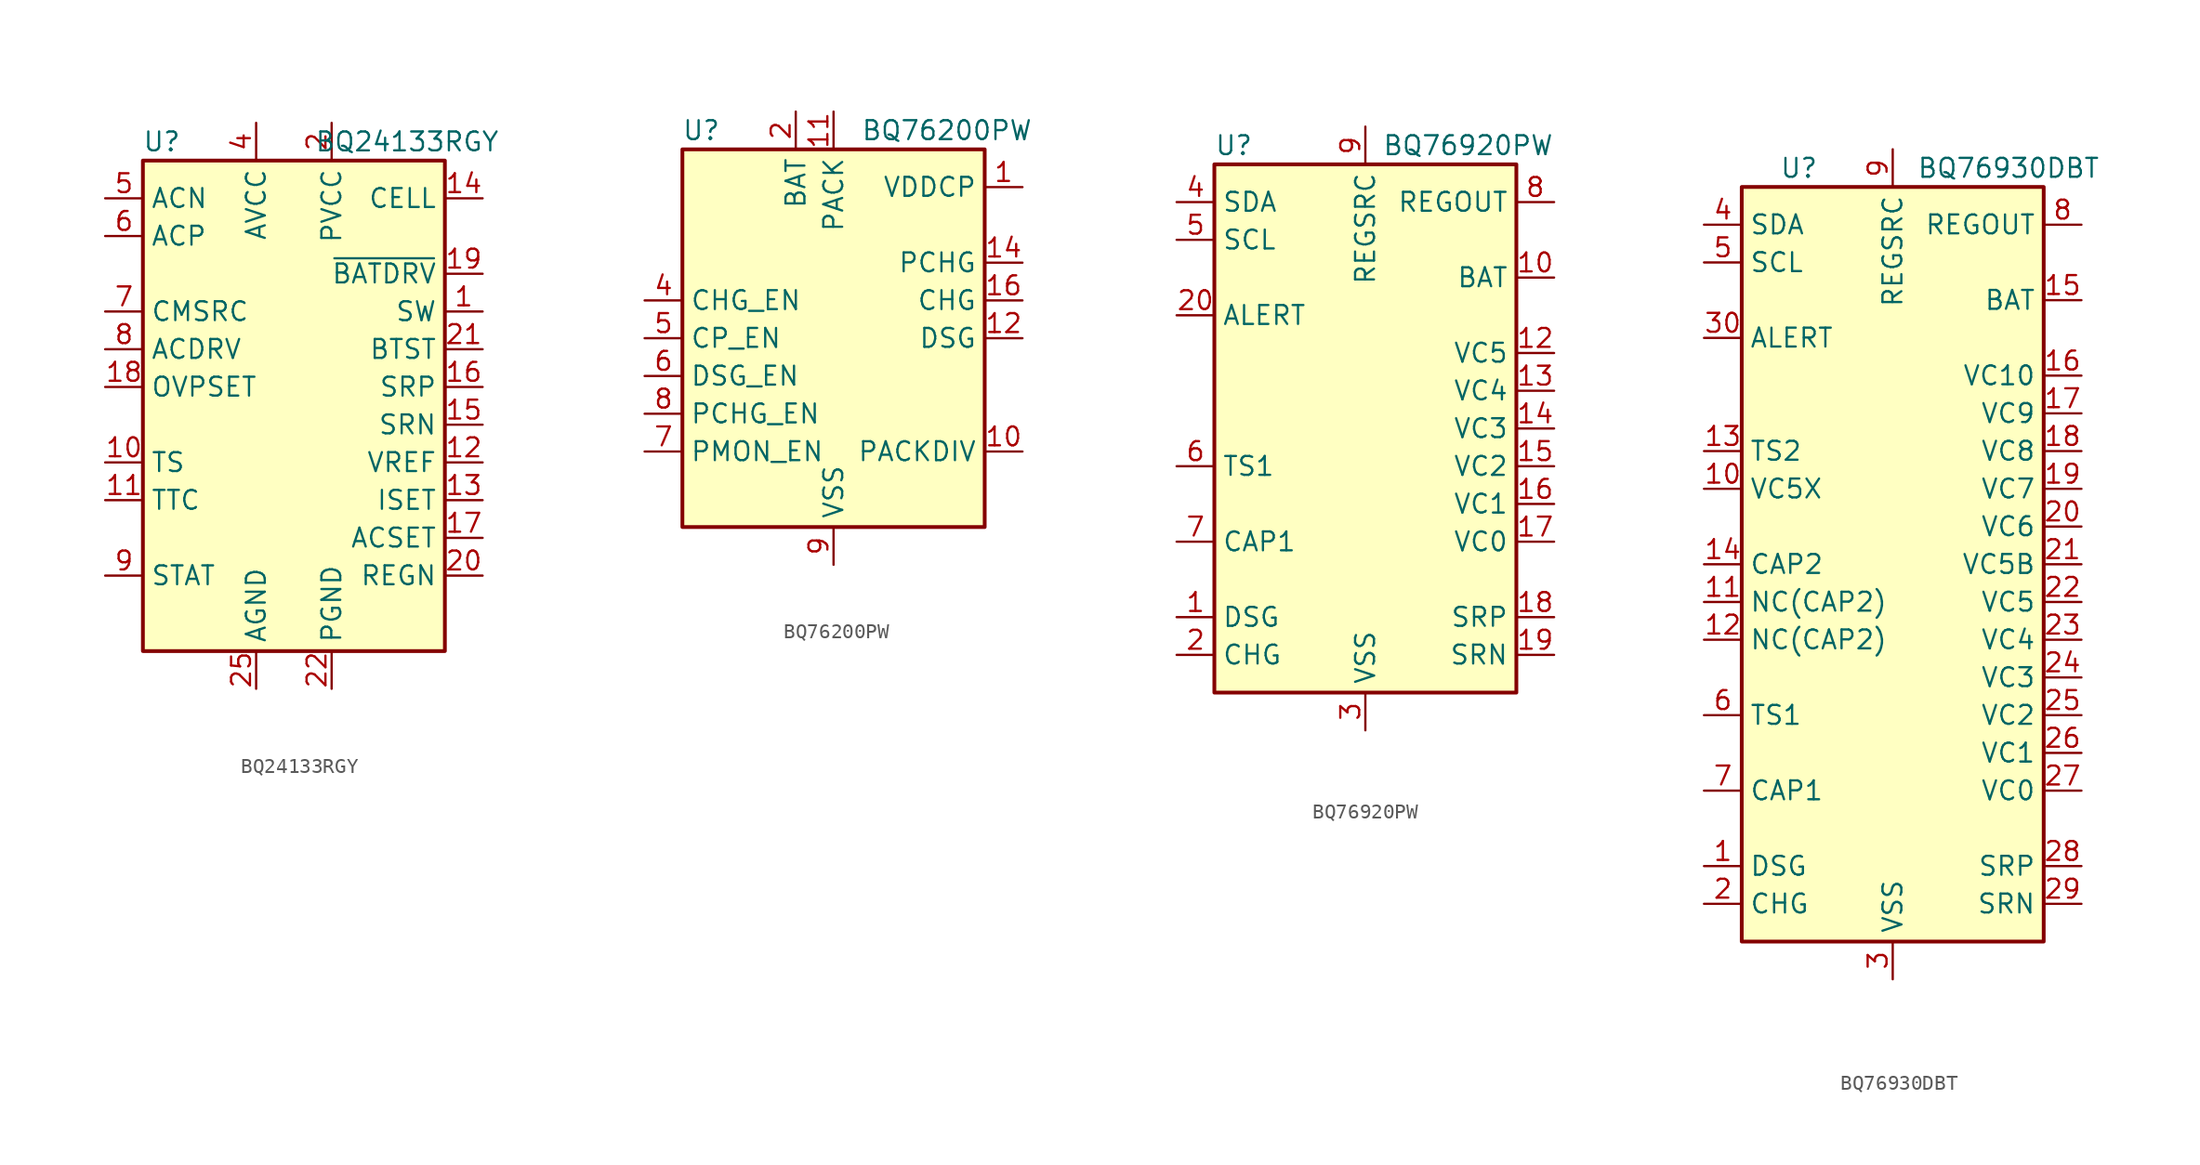
<source format=kicad_sym>
(kicad_symbol_lib
  (version 20201005)
  (generator kicad_symbol_editor)
  (symbol "BQ24133RGY"
    (property "Reference" "U"
      (at -8.89 19.05 0)
      (effects (font (size 1.27 1.27))))
    (property "Value" "BQ24133RGY"
      (at 7.62 19.05 0)
      (effects (font (size 1.27 1.27))))
    (symbol "BQ24133RGY_0_1"
      (rectangle (start -10.16 -15.24) (end 10.16 17.78) (stroke (width 0.254)) (fill (type background))))
    (symbol "BQ24133RGY_1_1"
      (pin power_out line (at 12.7 7.62 180) (length 2.54) (name "SW" (effects (font (size 1.27 1.27)))) (number "1" (effects (font (size 1.27 1.27)))))
      (pin input line (at -12.7 -2.54 0) (length 2.54) (name "TS" (effects (font (size 1.27 1.27)))) (number "10" (effects (font (size 1.27 1.27)))))
      (pin passive line (at -12.7 -5.08 0) (length 2.54) (name "TTC" (effects (font (size 1.27 1.27)))) (number "11" (effects (font (size 1.27 1.27)))))
      (pin power_out line (at 12.7 -2.54 180) (length 2.54) (name "VREF" (effects (font (size 1.27 1.27)))) (number "12" (effects (font (size 1.27 1.27)))))
      (pin input line (at 12.7 -5.08 180) (length 2.54) (name "ISET" (effects (font (size 1.27 1.27)))) (number "13" (effects (font (size 1.27 1.27)))))
      (pin passive line (at 12.7 15.24 180) (length 2.54) (name "CELL" (effects (font (size 1.27 1.27)))) (number "14" (effects (font (size 1.27 1.27)))))
      (pin input line (at 12.7 0 180) (length 2.54) (name "SRN" (effects (font (size 1.27 1.27)))) (number "15" (effects (font (size 1.27 1.27)))))
      (pin input line (at 12.7 2.54 180) (length 2.54) (name "SRP" (effects (font (size 1.27 1.27)))) (number "16" (effects (font (size 1.27 1.27)))))
      (pin input line (at 12.7 -7.62 180) (length 2.54) (name "ACSET" (effects (font (size 1.27 1.27)))) (number "17" (effects (font (size 1.27 1.27)))))
      (pin input line (at -12.7 2.54 0) (length 2.54) (name "OVPSET" (effects (font (size 1.27 1.27)))) (number "18" (effects (font (size 1.27 1.27)))))
      (pin output line (at 12.7 10.16 180) (length 2.54) (name "~BATDRV" (effects (font (size 1.27 1.27)))) (number "19" (effects (font (size 1.27 1.27)))))
      (pin power_in line (at 2.54 20.32 270) (length 2.54) (name "PVCC" (effects (font (size 1.27 1.27)))) (number "2" (effects (font (size 1.27 1.27)))))
      (pin passive line (at 12.7 -10.16 180) (length 2.54) (name "REGN" (effects (font (size 1.27 1.27)))) (number "20" (effects (font (size 1.27 1.27)))))
      (pin passive line (at 12.7 5.08 180) (length 2.54) (name "BTST" (effects (font (size 1.27 1.27)))) (number "21" (effects (font (size 1.27 1.27)))))
      (pin power_in line (at 2.54 -17.78 90) (length 2.54) (name "PGND" (effects (font (size 1.27 1.27)))) (number "22" (effects (font (size 1.27 1.27)))))
      (pin passive line (at 2.54 -17.78 90) (length 2.54) hide (name "PGND" (effects (font (size 1.27 1.27)))) (number "23" (effects (font (size 1.27 1.27)))))
      (pin passive line (at 12.7 7.62 180) (length 2.54) hide (name "SW" (effects (font (size 1.27 1.27)))) (number "24" (effects (font (size 1.27 1.27)))))
      (pin power_in line (at -2.54 -17.78 90) (length 2.54) (name "AGND" (effects (font (size 1.27 1.27)))) (number "25" (effects (font (size 1.27 1.27)))))
      (pin passive line (at 2.54 20.32 270) (length 2.54) hide (name "PVCC" (effects (font (size 1.27 1.27)))) (number "3" (effects (font (size 1.27 1.27)))))
      (pin power_in line (at -2.54 20.32 270) (length 2.54) (name "AVCC" (effects (font (size 1.27 1.27)))) (number "4" (effects (font (size 1.27 1.27)))))
      (pin input line (at -12.7 15.24 0) (length 2.54) (name "ACN" (effects (font (size 1.27 1.27)))) (number "5" (effects (font (size 1.27 1.27)))))
      (pin input line (at -12.7 12.7 0) (length 2.54) (name "ACP" (effects (font (size 1.27 1.27)))) (number "6" (effects (font (size 1.27 1.27)))))
      (pin output line (at -12.7 7.62 0) (length 2.54) (name "CMSRC" (effects (font (size 1.27 1.27)))) (number "7" (effects (font (size 1.27 1.27)))))
      (pin output line (at -12.7 5.08 0) (length 2.54) (name "ACDRV" (effects (font (size 1.27 1.27)))) (number "8" (effects (font (size 1.27 1.27)))))
      (pin open_collector line (at -12.7 -10.16 0) (length 2.54) (name "STAT" (effects (font (size 1.27 1.27)))) (number "9" (effects (font (size 1.27 1.27)))))))
  (symbol "BQ76200PW"
    (property "Reference" "U"
      (at -8.89 13.97 0)
      (effects (font (size 1.27 1.27))))
    (property "Value" "BQ76200PW"
      (at 7.62 13.97 0)
      (effects (font (size 1.27 1.27))))
    (symbol "BQ76200PW_0_1"
      (rectangle (start -10.16 -12.7) (end 10.16 12.7) (stroke (width 0.254)) (fill (type background))))
    (symbol "BQ76200PW_1_1"
      (pin output line (at 12.7 10.16 180) (length 2.54) (name "VDDCP" (effects (font (size 1.27 1.27)))) (number "1" (effects (font (size 1.27 1.27)))))
      (pin output line (at 12.7 -7.62 180) (length 2.54) (name "PACKDIV" (effects (font (size 1.27 1.27)))) (number "10" (effects (font (size 1.27 1.27)))))
      (pin power_in line (at 0 15.24 270) (length 2.54) (name "PACK" (effects (font (size 1.27 1.27)))) (number "11" (effects (font (size 1.27 1.27)))))
      (pin output line (at 12.7 0 180) (length 2.54) (name "DSG" (effects (font (size 1.27 1.27)))) (number "12" (effects (font (size 1.27 1.27)))))
      (pin no_connect line (at -10.16 7.62 0) (length 2.54) hide (name "NC" (effects (font (size 1.27 1.27)))) (number "13" (effects (font (size 1.27 1.27)))))
      (pin output line (at 12.7 5.08 180) (length 2.54) (name "PCHG" (effects (font (size 1.27 1.27)))) (number "14" (effects (font (size 1.27 1.27)))))
      (pin no_connect line (at -10.16 5.08 0) (length 2.54) hide (name "NC" (effects (font (size 1.27 1.27)))) (number "15" (effects (font (size 1.27 1.27)))))
      (pin output line (at 12.7 2.54 180) (length 2.54) (name "CHG" (effects (font (size 1.27 1.27)))) (number "16" (effects (font (size 1.27 1.27)))))
      (pin power_in line (at -2.54 15.24 270) (length 2.54) (name "BAT" (effects (font (size 1.27 1.27)))) (number "2" (effects (font (size 1.27 1.27)))))
      (pin no_connect line (at -10.16 10.16 0) (length 2.54) hide (name "NC" (effects (font (size 1.27 1.27)))) (number "3" (effects (font (size 1.27 1.27)))))
      (pin input line (at -12.7 2.54 0) (length 2.54) (name "CHG_EN" (effects (font (size 1.27 1.27)))) (number "4" (effects (font (size 1.27 1.27)))))
      (pin input line (at -12.7 0 0) (length 2.54) (name "CP_EN" (effects (font (size 1.27 1.27)))) (number "5" (effects (font (size 1.27 1.27)))))
      (pin input line (at -12.7 -2.54 0) (length 2.54) (name "DSG_EN" (effects (font (size 1.27 1.27)))) (number "6" (effects (font (size 1.27 1.27)))))
      (pin input line (at -12.7 -7.62 0) (length 2.54) (name "PMON_EN" (effects (font (size 1.27 1.27)))) (number "7" (effects (font (size 1.27 1.27)))))
      (pin input line (at -12.7 -5.08 0) (length 2.54) (name "PCHG_EN" (effects (font (size 1.27 1.27)))) (number "8" (effects (font (size 1.27 1.27)))))
      (pin power_in line (at 0 -15.24 90) (length 2.54) (name "VSS" (effects (font (size 1.27 1.27)))) (number "9" (effects (font (size 1.27 1.27)))))))
  (symbol "BQ76920PW"
    (property "Reference" "U"
      (at -10.16 19.05 0)
      (effects (font (size 1.27 1.27)) (justify left)))
    (property "Value" "BQ76920PW"
      (at 12.7 19.05 0)
      (effects (font (size 1.27 1.27)) (justify right)))
    (symbol "BQ76920PW_0_1"
      (rectangle (start -10.16 17.78) (end 10.16 -17.78) (stroke (width 0.254)) (fill (type background))))
    (symbol "BQ76920PW_1_0"
      (pin input line (at 12.7 10.16 180) (length 2.54) (name "BAT" (effects (font (size 1.27 1.27)))) (number "10" (effects (font (size 1.27 1.27)))))
      (pin no_connect line (at -2.54 -17.78 90) (length 2.54) hide (name "NC" (effects (font (size 1.27 1.27)))) (number "11" (effects (font (size 1.27 1.27)))))
      (pin input line (at 12.7 5.08 180) (length 2.54) (name "VC5" (effects (font (size 1.27 1.27)))) (number "12" (effects (font (size 1.27 1.27)))))
      (pin input line (at 12.7 2.54 180) (length 2.54) (name "VC4" (effects (font (size 1.27 1.27)))) (number "13" (effects (font (size 1.27 1.27)))))
      (pin input line (at 12.7 0 180) (length 2.54) (name "VC3" (effects (font (size 1.27 1.27)))) (number "14" (effects (font (size 1.27 1.27)))))
      (pin input line (at 12.7 -2.54 180) (length 2.54) (name "VC2" (effects (font (size 1.27 1.27)))) (number "15" (effects (font (size 1.27 1.27)))))
      (pin input line (at 12.7 -5.08 180) (length 2.54) (name "VC1" (effects (font (size 1.27 1.27)))) (number "16" (effects (font (size 1.27 1.27)))))
      (pin input line (at 12.7 -7.62 180) (length 2.54) (name "VC0" (effects (font (size 1.27 1.27)))) (number "17" (effects (font (size 1.27 1.27)))))
      (pin input line (at 12.7 -12.7 180) (length 2.54) (name "SRP" (effects (font (size 1.27 1.27)))) (number "18" (effects (font (size 1.27 1.27)))))
      (pin input line (at 12.7 -15.24 180) (length 2.54) (name "SRN" (effects (font (size 1.27 1.27)))) (number "19" (effects (font (size 1.27 1.27)))))
      (pin bidirectional line (at -12.7 7.62 0) (length 2.54) (name "ALERT" (effects (font (size 1.27 1.27)))) (number "20" (effects (font (size 1.27 1.27)))))
      (pin passive line (at -12.7 -2.54 0) (length 2.54) (name "TS1" (effects (font (size 1.27 1.27)))) (number "6" (effects (font (size 1.27 1.27)))))
      (pin passive line (at -12.7 -7.62 0) (length 2.54) (name "CAP1" (effects (font (size 1.27 1.27)))) (number "7" (effects (font (size 1.27 1.27)))))
      (pin power_out line (at 12.7 15.24 180) (length 2.54) (name "REGOUT" (effects (font (size 1.27 1.27)))) (number "8" (effects (font (size 1.27 1.27)))))
      (pin power_in line (at 0 20.32 270) (length 2.54) (name "REGSRC" (effects (font (size 1.27 1.27)))) (number "9" (effects (font (size 1.27 1.27))))))
    (symbol "BQ76920PW_1_1"
      (pin output line (at -12.7 -12.7 0) (length 2.54) (name "DSG" (effects (font (size 1.27 1.27)))) (number "1" (effects (font (size 1.27 1.27)))))
      (pin output line (at -12.7 -15.24 0) (length 2.54) (name "CHG" (effects (font (size 1.27 1.27)))) (number "2" (effects (font (size 1.27 1.27)))))
      (pin power_in line (at 0 -20.32 90) (length 2.54) (name "VSS" (effects (font (size 1.27 1.27)))) (number "3" (effects (font (size 1.27 1.27)))))
      (pin bidirectional line (at -12.7 15.24 0) (length 2.54) (name "SDA" (effects (font (size 1.27 1.27)))) (number "4" (effects (font (size 1.27 1.27)))))
      (pin input line (at -12.7 12.7 0) (length 2.54) (name "SCL" (effects (font (size 1.27 1.27)))) (number "5" (effects (font (size 1.27 1.27)))))))
  (symbol "BQ76930DBT"
    (property "Reference" "U"
      (at -7.62 26.67 0)
      (effects (font (size 1.27 1.27)) (justify left)))
    (property "Value" "BQ76930DBT"
      (at 13.97 26.67 0)
      (effects (font (size 1.27 1.27)) (justify right)))
    (symbol "BQ76930DBT_0_1"
      (rectangle (start -10.16 25.4) (end 10.16 -25.4) (stroke (width 0.254)) (fill (type background))))
    (symbol "BQ76930DBT_1_0"
      (pin passive line (at -12.7 5.08 0) (length 2.54) (name "VC5X" (effects (font (size 1.27 1.27)))) (number "10" (effects (font (size 1.27 1.27)))))
      (pin passive line (at -12.7 -2.54 0) (length 2.54) (name "NC(CAP2)" (effects (font (size 1.27 1.27)))) (number "11" (effects (font (size 1.27 1.27)))))
      (pin passive line (at -12.7 -5.08 0) (length 2.54) (name "NC(CAP2)" (effects (font (size 1.27 1.27)))) (number "12" (effects (font (size 1.27 1.27)))))
      (pin passive line (at -12.7 7.62 0) (length 2.54) (name "TS2" (effects (font (size 1.27 1.27)))) (number "13" (effects (font (size 1.27 1.27)))))
      (pin passive line (at -12.7 0 0) (length 2.54) (name "CAP2" (effects (font (size 1.27 1.27)))) (number "14" (effects (font (size 1.27 1.27)))))
      (pin input line (at 12.7 17.78 180) (length 2.54) (name "BAT" (effects (font (size 1.27 1.27)))) (number "15" (effects (font (size 1.27 1.27)))))
      (pin input line (at 12.7 12.7 180) (length 2.54) (name "VC10" (effects (font (size 1.27 1.27)))) (number "16" (effects (font (size 1.27 1.27)))))
      (pin input line (at 12.7 10.16 180) (length 2.54) (name "VC9" (effects (font (size 1.27 1.27)))) (number "17" (effects (font (size 1.27 1.27)))))
      (pin input line (at 12.7 7.62 180) (length 2.54) (name "VC8" (effects (font (size 1.27 1.27)))) (number "18" (effects (font (size 1.27 1.27)))))
      (pin input line (at 12.7 5.08 180) (length 2.54) (name "VC7" (effects (font (size 1.27 1.27)))) (number "19" (effects (font (size 1.27 1.27)))))
      (pin input line (at 12.7 2.54 180) (length 2.54) (name "VC6" (effects (font (size 1.27 1.27)))) (number "20" (effects (font (size 1.27 1.27)))))
      (pin input line (at 12.7 0 180) (length 2.54) (name "VC5B" (effects (font (size 1.27 1.27)))) (number "21" (effects (font (size 1.27 1.27)))))
      (pin input line (at 12.7 -2.54 180) (length 2.54) (name "VC5" (effects (font (size 1.27 1.27)))) (number "22" (effects (font (size 1.27 1.27)))))
      (pin input line (at 12.7 -5.08 180) (length 2.54) (name "VC4" (effects (font (size 1.27 1.27)))) (number "23" (effects (font (size 1.27 1.27)))))
      (pin input line (at 12.7 -7.62 180) (length 2.54) (name "VC3" (effects (font (size 1.27 1.27)))) (number "24" (effects (font (size 1.27 1.27)))))
      (pin input line (at 12.7 -10.16 180) (length 2.54) (name "VC2" (effects (font (size 1.27 1.27)))) (number "25" (effects (font (size 1.27 1.27)))))
      (pin input line (at 12.7 -12.7 180) (length 2.54) (name "VC1" (effects (font (size 1.27 1.27)))) (number "26" (effects (font (size 1.27 1.27)))))
      (pin input line (at 12.7 -15.24 180) (length 2.54) (name "VC0" (effects (font (size 1.27 1.27)))) (number "27" (effects (font (size 1.27 1.27)))))
      (pin input line (at 12.7 -20.32 180) (length 2.54) (name "SRP" (effects (font (size 1.27 1.27)))) (number "28" (effects (font (size 1.27 1.27)))))
      (pin input line (at 12.7 -22.86 180) (length 2.54) (name "SRN" (effects (font (size 1.27 1.27)))) (number "29" (effects (font (size 1.27 1.27)))))
      (pin bidirectional line (at -12.7 15.24 0) (length 2.54) (name "ALERT" (effects (font (size 1.27 1.27)))) (number "30" (effects (font (size 1.27 1.27)))))
      (pin passive line (at -12.7 -10.16 0) (length 2.54) (name "TS1" (effects (font (size 1.27 1.27)))) (number "6" (effects (font (size 1.27 1.27)))))
      (pin passive line (at -12.7 -15.24 0) (length 2.54) (name "CAP1" (effects (font (size 1.27 1.27)))) (number "7" (effects (font (size 1.27 1.27)))))
      (pin power_out line (at 12.7 22.86 180) (length 2.54) (name "REGOUT" (effects (font (size 1.27 1.27)))) (number "8" (effects (font (size 1.27 1.27)))))
      (pin power_in line (at 0 27.94 270) (length 2.54) (name "REGSRC" (effects (font (size 1.27 1.27)))) (number "9" (effects (font (size 1.27 1.27))))))
    (symbol "BQ76930DBT_1_1"
      (pin output line (at -12.7 -20.32 0) (length 2.54) (name "DSG" (effects (font (size 1.27 1.27)))) (number "1" (effects (font (size 1.27 1.27)))))
      (pin output line (at -12.7 -22.86 0) (length 2.54) (name "CHG" (effects (font (size 1.27 1.27)))) (number "2" (effects (font (size 1.27 1.27)))))
      (pin power_in line (at 0 -27.94 90) (length 2.54) (name "VSS" (effects (font (size 1.27 1.27)))) (number "3" (effects (font (size 1.27 1.27)))))
      (pin bidirectional line (at -12.7 22.86 0) (length 2.54) (name "SDA" (effects (font (size 1.27 1.27)))) (number "4" (effects (font (size 1.27 1.27)))))
      (pin input line (at -12.7 20.32 0) (length 2.54) (name "SCL" (effects (font (size 1.27 1.27)))) (number "5" (effects (font (size 1.27 1.27))))))))
</source>
